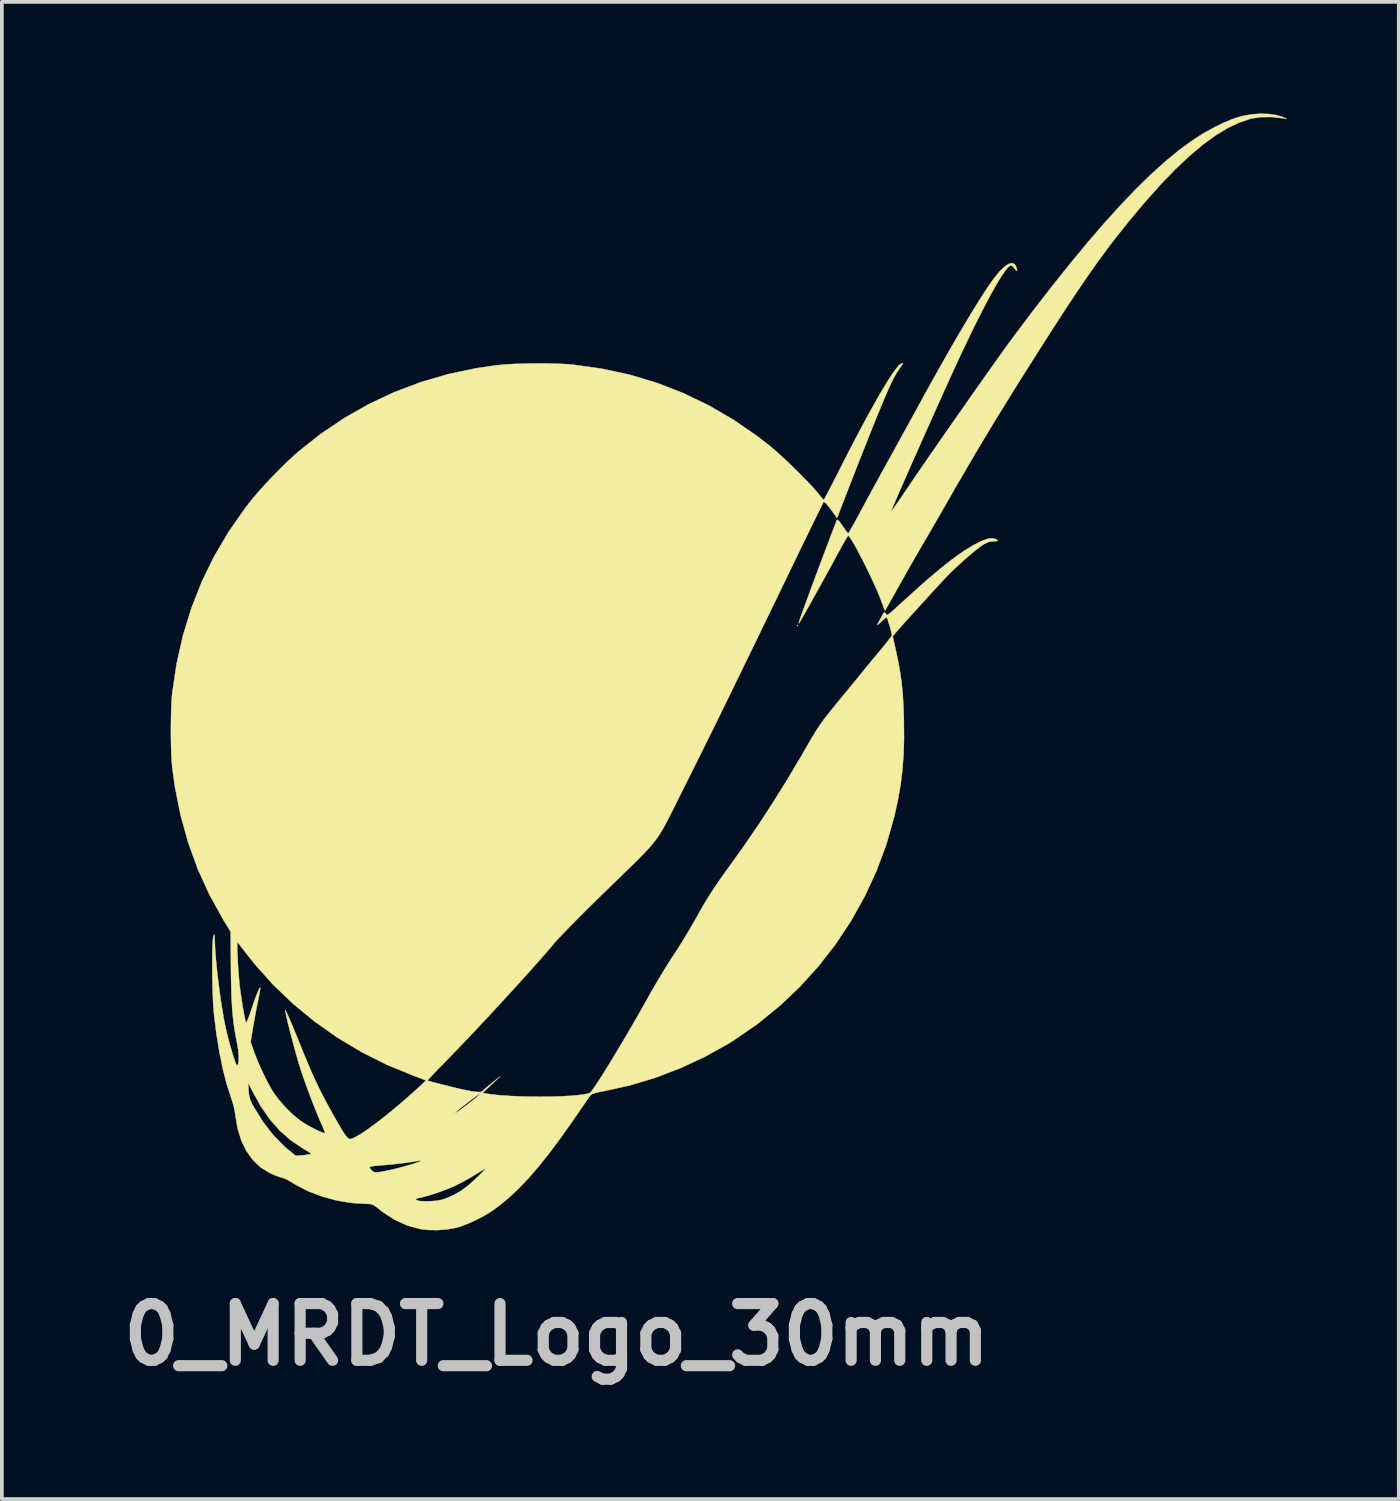
<source format=kicad_pcb>
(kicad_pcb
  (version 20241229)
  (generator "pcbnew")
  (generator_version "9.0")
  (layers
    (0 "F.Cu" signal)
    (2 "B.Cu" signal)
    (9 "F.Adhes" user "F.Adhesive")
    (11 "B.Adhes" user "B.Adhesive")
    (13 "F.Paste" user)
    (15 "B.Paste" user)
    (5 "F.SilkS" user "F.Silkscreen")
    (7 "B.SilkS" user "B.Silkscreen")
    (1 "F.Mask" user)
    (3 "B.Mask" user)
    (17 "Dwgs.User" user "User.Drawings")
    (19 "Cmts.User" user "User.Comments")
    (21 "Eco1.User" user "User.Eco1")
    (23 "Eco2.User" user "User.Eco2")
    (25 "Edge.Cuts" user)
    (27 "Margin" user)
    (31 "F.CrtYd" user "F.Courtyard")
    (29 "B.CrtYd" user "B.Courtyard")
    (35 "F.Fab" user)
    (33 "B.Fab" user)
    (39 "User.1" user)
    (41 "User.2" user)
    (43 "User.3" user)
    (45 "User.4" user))
  (footprint "0_MRDT_Logo_30mm"
    (layer "F.Cu")
    (at 16.532 15.006)
    (property "Reference" "0_MRDT_Logo_30mm" (at -4.623 17.805 0) (layer "Dwgs.User") (effects (font (size 1.524 1.524) (thickness 0.3))))
    (attr through_hole)
    (fp_poly (pts (xy 1.861 -1.246) (xy 1.846 -1.231) (xy 1.831 -1.246) (xy 1.846 -1.261) (xy 1.861 -1.246)) (stroke (width 0.01) (type solid)) (fill yes) (layer "F.SilkS"))
    (fp_poly (pts (xy 14.518 -14.992) (xy 14.714 -14.964) (xy 14.874 -14.917) (xy 14.899 -14.907) (xy 14.997 -14.861) (xy 14.907 -14.877) (xy 14.593 -14.912) (xy 14.3 -14.91) (xy 14.039 -14.87) (xy 14.028 -14.867) (xy 13.725 -14.767) (xy 13.409 -14.618) (xy 13.079 -14.418) (xy 12.734 -14.166) (xy 12.373 -13.862) (xy 11.994 -13.505) (xy 11.598 -13.093) (xy 11.183 -12.627) (xy 10.976 -12.382) (xy 10.784 -12.151) (xy 10.601 -11.925) (xy 10.423 -11.701) (xy 10.248 -11.474) (xy 10.074 -11.24) (xy 9.896 -10.996) (xy 9.712 -10.736) (xy 9.52 -10.458) (xy 9.316 -10.156) (xy 9.098 -9.827) (xy 8.863 -9.466) (xy 8.607 -9.069) (xy 8.329 -8.633) (xy 8.024 -8.152) (xy 7.768 -7.746) (xy 7.185 -6.805) (xy 6.624 -5.872) (xy 6.094 -4.963) (xy 5.96 -4.729) (xy 5.84 -4.517) (xy 5.7 -4.274) (xy 5.553 -4.019) (xy 5.41 -3.772) (xy 5.284 -3.557) (xy 5.159 -3.342) (xy 5.021 -3.104) (xy 4.882 -2.862) (xy 4.752 -2.633) (xy 4.642 -2.437) (xy 4.638 -2.431) (xy 4.543 -2.261) (xy 4.453 -2.1) (xy 4.374 -1.959) (xy 4.312 -1.848) (xy 4.272 -1.779) (xy 4.271 -1.777) (xy 4.195 -1.647) (xy 4.079 -1.957) (xy 4.018 -2.11) (xy 3.942 -2.286) (xy 3.854 -2.477) (xy 3.76 -2.676) (xy 3.662 -2.876) (xy 3.565 -3.068) (xy 3.472 -3.245) (xy 3.387 -3.401) (xy 3.313 -3.527) (xy 3.256 -3.615) (xy 3.217 -3.659) (xy 3.209 -3.663) (xy 3.189 -3.638) (xy 3.146 -3.568) (xy 3.084 -3.463) (xy 3.01 -3.33) (xy 2.942 -3.205) (xy 2.832 -3.002) (xy 2.714 -2.786) (xy 2.592 -2.563) (xy 2.469 -2.34) (xy 2.348 -2.123) (xy 2.235 -1.919) (xy 2.131 -1.733) (xy 2.041 -1.573) (xy 1.968 -1.444) (xy 1.916 -1.355) (xy 1.888 -1.309) (xy 1.885 -1.306) (xy 1.883 -1.319) (xy 1.899 -1.378) (xy 1.93 -1.473) (xy 1.961 -1.561) (xy 2.036 -1.768) (xy 2.12 -1.996) (xy 2.209 -2.239) (xy 2.303 -2.49) (xy 2.397 -2.744) (xy 2.49 -2.994) (xy 2.58 -3.233) (xy 2.664 -3.455) (xy 2.739 -3.654) (xy 2.804 -3.823) (xy 2.856 -3.957) (xy 2.892 -4.048) (xy 2.91 -4.09) (xy 2.911 -4.092) (xy 2.936 -4.08) (xy 2.984 -4.028) (xy 3.045 -3.945) (xy 3.061 -3.92) (xy 3.124 -3.827) (xy 3.175 -3.758) (xy 3.205 -3.725) (xy 3.209 -3.724) (xy 3.228 -3.749) (xy 3.27 -3.82) (xy 3.332 -3.93) (xy 3.41 -4.069) (xy 3.498 -4.232) (xy 3.543 -4.315) (xy 3.648 -4.511) (xy 3.774 -4.743) (xy 3.912 -4.997) (xy 4.054 -5.257) (xy 4.191 -5.507) (xy 4.275 -5.658) (xy 4.395 -5.876) (xy 4.537 -6.134) (xy 4.693 -6.417) (xy 4.854 -6.71) (xy 5.014 -7.001) (xy 5.164 -7.275) (xy 5.216 -7.371) (xy 5.46 -7.812) (xy 5.699 -8.239) (xy 5.931 -8.647) (xy 6.153 -9.031) (xy 6.364 -9.387) (xy 6.559 -9.712) (xy 6.738 -10) (xy 6.897 -10.247) (xy 7.033 -10.449) (xy 7.136 -10.591) (xy 7.28 -10.765) (xy 7.408 -10.89) (xy 7.519 -10.964) (xy 7.61 -10.988) (xy 7.679 -10.96) (xy 7.711 -10.912) (xy 7.741 -10.832) (xy 7.746 -10.785) (xy 7.729 -10.779) (xy 7.693 -10.821) (xy 7.685 -10.833) (xy 7.627 -10.903) (xy 7.573 -10.923) (xy 7.573 -10.923) (xy 7.516 -10.887) (xy 7.438 -10.797) (xy 7.339 -10.655) (xy 7.22 -10.462) (xy 7.083 -10.221) (xy 6.927 -9.932) (xy 6.755 -9.598) (xy 6.566 -9.22) (xy 6.363 -8.799) (xy 6.29 -8.647) (xy 6.218 -8.494) (xy 6.131 -8.305) (xy 6.03 -8.085) (xy 5.918 -7.838) (xy 5.796 -7.57) (xy 5.668 -7.285) (xy 5.534 -6.988) (xy 5.399 -6.684) (xy 5.262 -6.379) (xy 5.128 -6.077) (xy 4.997 -5.783) (xy 4.873 -5.502) (xy 4.757 -5.239) (xy 4.652 -4.998) (xy 4.559 -4.786) (xy 4.482 -4.606) (xy 4.421 -4.465) (xy 4.38 -4.365) (xy 4.361 -4.314) (xy 4.36 -4.307) (xy 4.378 -4.329) (xy 4.425 -4.394) (xy 4.496 -4.495) (xy 4.587 -4.626) (xy 4.692 -4.781) (xy 4.774 -4.901) (xy 4.91 -5.103) (xy 5.071 -5.339) (xy 5.253 -5.604) (xy 5.452 -5.892) (xy 5.664 -6.197) (xy 5.884 -6.514) (xy 6.109 -6.836) (xy 6.334 -7.157) (xy 6.555 -7.473) (xy 6.769 -7.776) (xy 6.97 -8.061) (xy 7.155 -8.323) (xy 7.321 -8.554) (xy 7.461 -8.75) (xy 7.574 -8.904) (xy 7.605 -8.947) (xy 8.153 -9.676) (xy 8.676 -10.352) (xy 9.175 -10.976) (xy 9.65 -11.551) (xy 10.103 -12.076) (xy 10.535 -12.553) (xy 10.948 -12.983) (xy 11.342 -13.368) (xy 11.719 -13.709) (xy 12.079 -14.006) (xy 12.424 -14.261) (xy 12.755 -14.475) (xy 13.073 -14.65) (xy 13.075 -14.651) (xy 13.312 -14.764) (xy 13.514 -14.849) (xy 13.695 -14.91) (xy 13.871 -14.954) (xy 14.056 -14.983) (xy 14.087 -14.987) (xy 14.303 -15.001) (xy 14.518 -14.992)) (stroke (width 0.01) (type solid)) (fill yes) (layer "F.SilkS"))
    (fp_poly (pts (xy 4.678 -8.299) (xy 4.663 -8.262) (xy 4.611 -8.186) (xy 4.582 -8.144) (xy 4.527 -8.063) (xy 4.473 -7.974) (xy 4.417 -7.87) (xy 4.356 -7.744) (xy 4.285 -7.589) (xy 4.202 -7.397) (xy 4.103 -7.162) (xy 4.015 -6.949) (xy 3.94 -6.766) (xy 3.848 -6.536) (xy 3.742 -6.271) (xy 3.627 -5.98) (xy 3.506 -5.674) (xy 3.384 -5.362) (xy 3.265 -5.056) (xy 3.152 -4.765) (xy 3.049 -4.499) (xy 2.961 -4.269) (xy 2.944 -4.223) (xy 2.911 -4.137) (xy 2.743 -4.368) (xy 2.669 -4.464) (xy 2.606 -4.535) (xy 2.563 -4.572) (xy 2.551 -4.573) (xy 2.534 -4.543) (xy 2.494 -4.463) (xy 2.431 -4.337) (xy 2.35 -4.172) (xy 2.251 -3.97) (xy 2.138 -3.737) (xy 2.011 -3.478) (xy 1.875 -3.196) (xy 1.73 -2.897) (xy 1.672 -2.777) (xy 1.34 -2.088) (xy 1.031 -1.45) (xy 0.744 -0.859) (xy 0.478 -0.31) (xy 0.23 0.199) (xy -0.001 0.673) (xy -0.217 1.115) (xy -0.42 1.528) (xy -0.612 1.917) (xy -0.795 2.286) (xy -0.97 2.637) (xy -1.139 2.976) (xy -1.235 3.167) (xy -1.366 3.429) (xy -1.477 3.653) (xy -1.574 3.846) (xy -1.659 4.013) (xy -1.737 4.158) (xy -1.812 4.288) (xy -1.887 4.406) (xy -1.968 4.519) (xy -2.057 4.631) (xy -2.158 4.748) (xy -2.277 4.875) (xy -2.415 5.016) (xy -2.579 5.178) (xy -2.771 5.365) (xy -2.995 5.582) (xy -3.256 5.834) (xy -3.378 5.953) (xy -3.597 6.168) (xy -3.812 6.38) (xy -4.017 6.585) (xy -4.205 6.775) (xy -4.372 6.946) (xy -4.512 7.092) (xy -4.619 7.207) (xy -4.682 7.278) (xy -4.851 7.477) (xy -5.056 7.713) (xy -5.292 7.978) (xy -5.551 8.267) (xy -5.829 8.572) (xy -6.118 8.888) (xy -6.414 9.207) (xy -6.709 9.523) (xy -6.998 9.83) (xy -7.276 10.12) (xy -7.535 10.388) (xy -7.577 10.432) (xy -7.721 10.579) (xy -7.849 10.711) (xy -7.956 10.823) (xy -8.037 10.908) (xy -8.086 10.96) (xy -8.098 10.975) (xy -8.061 10.988) (xy -7.977 11.013) (xy -7.859 11.045) (xy -7.717 11.081) (xy -7.563 11.12) (xy -7.41 11.158) (xy -7.268 11.192) (xy -7.15 11.219) (xy -7.105 11.228) (xy -6.912 11.265) (xy -6.772 11.284) (xy -6.68 11.286) (xy -6.631 11.272) (xy -6.623 11.264) (xy -6.595 11.236) (xy -6.53 11.18) (xy -6.44 11.105) (xy -6.374 11.052) (xy -6.14 10.864) (xy -6.377 11.087) (xy -6.614 11.311) (xy -6.512 11.329) (xy -6.331 11.355) (xy -6.115 11.376) (xy -5.871 11.392) (xy -5.608 11.404) (xy -5.333 11.41) (xy -5.055 11.412) (xy -4.783 11.41) (xy -4.523 11.402) (xy -4.286 11.39) (xy -4.078 11.374) (xy -3.908 11.353) (xy -3.784 11.328) (xy -3.73 11.308) (xy -3.696 11.273) (xy -3.635 11.191) (xy -3.551 11.067) (xy -3.447 10.907) (xy -3.326 10.715) (xy -3.192 10.499) (xy -3.048 10.261) (xy -2.897 10.009) (xy -2.741 9.747) (xy -2.586 9.48) (xy -2.433 9.214) (xy -2.286 8.955) (xy -2.206 8.812) (xy -2.08 8.588) (xy -1.944 8.353) (xy -1.806 8.123) (xy -1.675 7.908) (xy -1.559 7.723) (xy -1.485 7.611) (xy -1.374 7.442) (xy -1.245 7.236) (xy -1.109 7.011) (xy -0.975 6.783) (xy -0.853 6.569) (xy -0.841 6.547) (xy -0.692 6.283) (xy -0.545 6.04) (xy -0.39 5.8) (xy -0.217 5.547) (xy -0.019 5.271) (xy 0.406 4.678) (xy 0.807 4.092) (xy 1.193 3.499) (xy 1.576 2.884) (xy 1.963 2.233) (xy 2.142 1.922) (xy 2.25 1.736) (xy 2.348 1.576) (xy 2.446 1.429) (xy 2.551 1.282) (xy 2.673 1.123) (xy 2.821 0.939) (xy 2.926 0.811) (xy 3.072 0.634) (xy 3.216 0.458) (xy 3.352 0.293) (xy 3.471 0.148) (xy 3.564 0.033) (xy 3.603 -0.015) (xy 3.696 -0.13) (xy 3.814 -0.274) (xy 3.943 -0.429) (xy 4.069 -0.58) (xy 4.089 -0.604) (xy 4.192 -0.728) (xy 4.279 -0.838) (xy 4.343 -0.924) (xy 4.379 -0.979) (xy 4.383 -0.991) (xy 4.375 -1.036) (xy 4.355 -1.118) (xy 4.327 -1.22) (xy 4.296 -1.322) (xy 4.269 -1.409) (xy 4.249 -1.462) (xy 4.245 -1.469) (xy 4.218 -1.457) (xy 4.162 -1.413) (xy 4.092 -1.349) (xy 4.023 -1.287) (xy 3.99 -1.266) (xy 3.997 -1.288) (xy 3.998 -1.291) (xy 4.04 -1.364) (xy 4.092 -1.46) (xy 4.112 -1.499) (xy 4.153 -1.576) (xy 4.178 -1.606) (xy 4.198 -1.596) (xy 4.215 -1.567) (xy 4.232 -1.542) (xy 4.252 -1.534) (xy 4.284 -1.546) (xy 4.336 -1.584) (xy 4.416 -1.653) (xy 4.531 -1.758) (xy 4.55 -1.776) (xy 4.89 -2.085) (xy 5.192 -2.356) (xy 5.462 -2.59) (xy 5.704 -2.792) (xy 5.923 -2.966) (xy 6.122 -3.115) (xy 6.306 -3.243) (xy 6.32 -3.252) (xy 6.564 -3.403) (xy 6.774 -3.511) (xy 6.946 -3.575) (xy 7.082 -3.594) (xy 7.179 -3.569) (xy 7.191 -3.561) (xy 7.223 -3.533) (xy 7.217 -3.519) (xy 7.164 -3.514) (xy 7.114 -3.514) (xy 6.98 -3.494) (xy 6.847 -3.43) (xy 6.841 -3.427) (xy 6.736 -3.352) (xy 6.6 -3.245) (xy 6.444 -3.114) (xy 6.279 -2.969) (xy 6.116 -2.82) (xy 5.966 -2.677) (xy 5.855 -2.564) (xy 5.762 -2.465) (xy 5.645 -2.339) (xy 5.509 -2.191) (xy 5.36 -2.029) (xy 5.206 -1.86) (xy 5.051 -1.689) (xy 4.903 -1.525) (xy 4.766 -1.374) (xy 4.649 -1.243) (xy 4.555 -1.137) (xy 4.493 -1.066) (xy 4.472 -1.041) (xy 4.406 -0.957) (xy 4.487 -0.591) (xy 4.554 -0.273) (xy 4.606 0.017) (xy 4.645 0.298) (xy 4.673 0.586) (xy 4.692 0.898) (xy 4.704 1.25) (xy 4.705 1.294) (xy 4.709 1.782) (xy 4.696 2.228) (xy 4.664 2.646) (xy 4.613 3.053) (xy 4.54 3.464) (xy 4.445 3.891) (xy 4.237 4.623) (xy 3.974 5.333) (xy 3.659 6.018) (xy 3.292 6.676) (xy 2.878 7.304) (xy 2.416 7.899) (xy 1.911 8.457) (xy 1.363 8.976) (xy 0.775 9.454) (xy 0.149 9.887) (xy -0.033 10) (xy -0.656 10.346) (xy -1.308 10.648) (xy -1.979 10.904) (xy -2.658 11.108) (xy -3.336 11.258) (xy -3.408 11.271) (xy -3.566 11.303) (xy -3.667 11.336) (xy -3.716 11.371) (xy -3.744 11.41) (xy -3.8 11.49) (xy -3.88 11.606) (xy -3.978 11.749) (xy -4.09 11.911) (xy -4.178 12.039) (xy -4.508 12.507) (xy -4.818 12.923) (xy -5.112 13.291) (xy -5.393 13.615) (xy -5.664 13.898) (xy -5.93 14.145) (xy -6.193 14.359) (xy -6.391 14.5) (xy -6.566 14.607) (xy -6.768 14.713) (xy -6.976 14.809) (xy -7.173 14.886) (xy -7.327 14.934) (xy -7.574 14.977) (xy -7.84 14.997) (xy -8.1 14.991) (xy -8.292 14.967) (xy -8.648 14.869) (xy -8.989 14.713) (xy -9.315 14.499) (xy -9.428 14.408) (xy -9.515 14.341) (xy -9.585 14.305) (xy -9.666 14.292) (xy -9.723 14.291) (xy -10.126 14.268) (xy -10.534 14.2) (xy -10.631 14.173) (xy -8.412 14.173) (xy -8.371 14.199) (xy -8.332 14.211) (xy -8.275 14.218) (xy -8.176 14.221) (xy -8.055 14.221) (xy -8.016 14.22) (xy -7.841 14.207) (xy -7.697 14.178) (xy -7.573 14.135) (xy -7.37 14.042) (xy -7.188 13.936) (xy -7.012 13.805) (xy -6.824 13.639) (xy -6.757 13.575) (xy -6.659 13.477) (xy -6.586 13.401) (xy -6.544 13.352) (xy -6.538 13.337) (xy -6.545 13.341) (xy -6.855 13.534) (xy -7.124 13.688) (xy -7.352 13.804) (xy -7.363 13.809) (xy -7.524 13.878) (xy -7.708 13.948) (xy -7.9 14.015) (xy -8.081 14.072) (xy -8.236 14.113) (xy -8.317 14.13) (xy -8.394 14.149) (xy -8.412 14.173) (xy -10.631 14.173) (xy -10.934 14.091) (xy -11.313 13.946) (xy -11.656 13.768) (xy -11.745 13.712) (xy -11.849 13.651) (xy -11.95 13.605) (xy -12.009 13.586) (xy -12.088 13.563) (xy -12.198 13.521) (xy -12.317 13.469) (xy -12.335 13.46) (xy -12.575 13.314) (xy -12.575 13.313) (xy -9.651 13.313) (xy -9.642 13.337) (xy -9.613 13.369) (xy -9.607 13.376) (xy -9.569 13.413) (xy -9.532 13.436) (xy -9.483 13.445) (xy -9.412 13.441) (xy -9.305 13.424) (xy -9.153 13.393) (xy -9.138 13.39) (xy -9.015 13.363) (xy -8.875 13.328) (xy -8.727 13.288) (xy -8.583 13.247) (xy -8.455 13.207) (xy -8.351 13.173) (xy -8.284 13.147) (xy -8.265 13.132) (xy -8.265 13.132) (xy -8.297 13.132) (xy -8.374 13.141) (xy -8.482 13.158) (xy -8.528 13.166) (xy -8.659 13.185) (xy -8.828 13.207) (xy -9.012 13.227) (xy -9.186 13.243) (xy -9.371 13.258) (xy -9.503 13.27) (xy -9.589 13.282) (xy -9.636 13.296) (xy -9.651 13.313) (xy -12.575 13.313) (xy -12.783 13.118) (xy -12.957 12.878) (xy -13.096 12.595) (xy -13.196 12.274) (xy -13.257 11.918) (xy -13.259 11.894) (xy -13.28 11.765) (xy -13.317 11.612) (xy -13.363 11.466) (xy -13.367 11.454) (xy -13.485 11.092) (xy -13.5 11.034) (xy -12.915 11.034) (xy -12.902 11.248) (xy -12.888 11.379) (xy -12.861 11.486) (xy -12.812 11.599) (xy -12.774 11.669) (xy -12.519 12.082) (xy -12.241 12.441) (xy -11.94 12.748) (xy -11.814 12.856) (xy -11.634 13.002) (xy -11.439 12.983) (xy -11.337 12.972) (xy -11.262 12.96) (xy -11.231 12.952) (xy -11.225 12.944) (xy -11.231 12.933) (xy -11.258 12.914) (xy -11.316 12.878) (xy -11.415 12.819) (xy -11.439 12.805) (xy -11.767 12.584) (xy -12.062 12.326) (xy -12.328 12.024) (xy -12.57 11.675) (xy -12.766 11.326) (xy -12.915 11.034) (xy -13.5 11.034) (xy -13.592 10.678) (xy -13.686 10.219) (xy -13.767 9.721) (xy -13.83 9.217) (xy -13.844 9.06) (xy -13.856 8.869) (xy -13.865 8.653) (xy -13.872 8.42) (xy -13.877 8.182) (xy -13.879 7.945) (xy -13.878 7.72) (xy -13.875 7.516) (xy -13.869 7.341) (xy -13.861 7.205) (xy -13.85 7.117) (xy -13.845 7.101) (xy -13.829 7.055) (xy -13.82 7.053) (xy -13.815 7.1) (xy -13.813 7.176) (xy -13.804 7.414) (xy -13.783 7.697) (xy -13.752 8.012) (xy -13.714 8.343) (xy -13.67 8.677) (xy -13.621 9) (xy -13.571 9.299) (xy -13.519 9.559) (xy -13.495 9.668) (xy -13.449 9.851) (xy -13.4 10.031) (xy -13.351 10.2) (xy -13.306 10.349) (xy -13.265 10.468) (xy -13.234 10.549) (xy -13.213 10.583) (xy -13.21 10.583) (xy -13.182 10.534) (xy -13.169 10.439) (xy -13.169 10.308) (xy -13.182 10.154) (xy -13.21 9.987) (xy -13.211 9.98) (xy -13.255 9.757) (xy -13.29 9.542) (xy -13.318 9.328) (xy -13.339 9.102) (xy -13.355 8.856) (xy -13.366 8.578) (xy -13.374 8.259) (xy -13.377 7.956) (xy -13.382 7.372) (xy -13.209 7.372) (xy -13.206 7.488) (xy -13.2 7.633) (xy -13.192 7.797) (xy -13.181 7.968) (xy -13.169 8.137) (xy -13.156 8.292) (xy -13.148 8.377) (xy -13.131 8.518) (xy -13.109 8.679) (xy -13.083 8.85) (xy -13.056 9.017) (xy -13.029 9.17) (xy -13.005 9.296) (xy -12.985 9.385) (xy -12.973 9.42) (xy -12.957 9.407) (xy -12.927 9.347) (xy -12.888 9.249) (xy -12.844 9.121) (xy -12.838 9.104) (xy -12.771 8.903) (xy -12.71 8.734) (xy -12.659 8.603) (xy -12.62 8.515) (xy -12.595 8.478) (xy -12.589 8.478) (xy -12.59 8.51) (xy -12.602 8.59) (xy -12.623 8.704) (xy -12.651 8.843) (xy -12.654 8.857) (xy -12.692 9.046) (xy -12.733 9.26) (xy -12.77 9.467) (xy -12.789 9.581) (xy -12.848 9.939) (xy -12.757 10.201) (xy -12.68 10.402) (xy -12.586 10.622) (xy -12.481 10.846) (xy -12.375 11.055) (xy -12.274 11.234) (xy -12.218 11.323) (xy -12.074 11.513) (xy -11.901 11.708) (xy -11.715 11.89) (xy -11.534 12.04) (xy -11.509 12.059) (xy -11.418 12.118) (xy -11.307 12.184) (xy -11.186 12.25) (xy -11.068 12.31) (xy -10.965 12.357) (xy -10.888 12.387) (xy -10.851 12.392) (xy -10.85 12.392) (xy -10.856 12.36) (xy -10.882 12.289) (xy -10.923 12.192) (xy -10.932 12.172) (xy -11.021 11.968) (xy -11.121 11.724) (xy -11.225 11.457) (xy -11.327 11.184) (xy -11.421 10.922) (xy -11.5 10.69) (xy -11.529 10.598) (xy -11.579 10.431) (xy -11.633 10.242) (xy -11.688 10.041) (xy -11.743 9.836) (xy -11.794 9.639) (xy -11.839 9.457) (xy -11.877 9.301) (xy -11.903 9.179) (xy -11.917 9.102) (xy -11.918 9.085) (xy -11.907 9.096) (xy -11.877 9.158) (xy -11.829 9.263) (xy -11.767 9.406) (xy -11.693 9.582) (xy -11.61 9.783) (xy -11.547 9.938) (xy -11.416 10.262) (xy -11.3 10.54) (xy -11.195 10.783) (xy -11.096 11.001) (xy -10.998 11.205) (xy -10.897 11.404) (xy -10.787 11.611) (xy -10.664 11.834) (xy -10.651 11.858) (xy -10.531 12.07) (xy -10.436 12.235) (xy -10.36 12.359) (xy -10.301 12.446) (xy -10.255 12.503) (xy -10.217 12.535) (xy -10.183 12.549) (xy -10.167 12.55) (xy -10.112 12.534) (xy -10.023 12.491) (xy -9.912 12.428) (xy -9.828 12.375) (xy -9.706 12.291) (xy -9.554 12.181) (xy -9.391 12.057) (xy -9.231 11.933) (xy -9.187 11.898) (xy -9.158 11.874) (xy -7.416 11.874) (xy -7.401 11.889) (xy -7.386 11.874) (xy -7.401 11.859) (xy -7.416 11.874) (xy -9.158 11.874) (xy -9.127 11.849) (xy -7.356 11.849) (xy -7.333 11.843) (xy -7.264 11.799) (xy -7.15 11.717) (xy -6.992 11.597) (xy -6.911 11.536) (xy -6.81 11.455) (xy -6.731 11.388) (xy -6.684 11.343) (xy -6.676 11.329) (xy -6.702 11.341) (xy -6.765 11.384) (xy -6.854 11.448) (xy -6.958 11.526) (xy -7.069 11.61) (xy -7.174 11.692) (xy -7.263 11.764) (xy -7.327 11.819) (xy -7.355 11.847) (xy -7.356 11.849) (xy -9.127 11.849) (xy -9.058 11.792) (xy -8.916 11.673) (xy -8.768 11.547) (xy -8.622 11.42) (xy -8.483 11.297) (xy -8.359 11.186) (xy -8.257 11.092) (xy -8.184 11.022) (xy -8.146 10.981) (xy -8.142 10.973) (xy -8.172 10.96) (xy -8.248 10.93) (xy -8.357 10.889) (xy -8.489 10.84) (xy -8.496 10.837) (xy -9.195 10.55) (xy -9.87 10.21) (xy -10.517 9.823) (xy -11.131 9.39) (xy -11.709 8.914) (xy -12.247 8.399) (xy -12.74 7.847) (xy -13.014 7.498) (xy -13.09 7.399) (xy -13.152 7.321) (xy -13.193 7.274) (xy -13.203 7.266) (xy -13.208 7.294) (xy -13.209 7.372) (xy -13.382 7.372) (xy -13.385 6.98) (xy -13.586 6.65) (xy -13.952 5.99) (xy -14.265 5.303) (xy -14.524 4.59) (xy -14.73 3.849) (xy -14.883 3.081) (xy -14.955 2.552) (xy -14.969 2.385) (xy -14.98 2.171) (xy -14.987 1.925) (xy -14.99 1.661) (xy -14.989 1.391) (xy -14.985 1.13) (xy -14.977 0.891) (xy -14.966 0.689) (xy -14.955 0.57) (xy -14.838 -0.218) (xy -14.666 -0.98) (xy -14.44 -1.717) (xy -14.16 -2.427) (xy -13.826 -3.111) (xy -13.437 -3.77) (xy -12.994 -4.404) (xy -12.823 -4.624) (xy -12.67 -4.806) (xy -12.484 -5.013) (xy -12.277 -5.234) (xy -12.062 -5.453) (xy -11.852 -5.66) (xy -11.659 -5.839) (xy -11.574 -5.914) (xy -10.97 -6.393) (xy -10.335 -6.821) (xy -9.672 -7.198) (xy -8.982 -7.521) (xy -8.267 -7.791) (xy -7.531 -8.006) (xy -6.775 -8.164) (xy -6.23 -8.242) (xy -6.006 -8.263) (xy -5.74 -8.278) (xy -5.446 -8.287) (xy -5.141 -8.291) (xy -4.84 -8.289) (xy -4.558 -8.282) (xy -4.31 -8.269) (xy -4.188 -8.258) (xy -3.411 -8.149) (xy -2.657 -7.986) (xy -1.928 -7.767) (xy -1.221 -7.492) (xy -0.536 -7.162) (xy 0.127 -6.776) (xy 0.769 -6.334) (xy 1.111 -6.069) (xy 1.242 -5.958) (xy 1.398 -5.817) (xy 1.571 -5.656) (xy 1.75 -5.483) (xy 1.928 -5.307) (xy 2.094 -5.138) (xy 2.24 -4.984) (xy 2.356 -4.854) (xy 2.417 -4.781) (xy 2.48 -4.701) (xy 2.529 -4.645) (xy 2.552 -4.625) (xy 2.569 -4.651) (xy 2.609 -4.724) (xy 2.669 -4.838) (xy 2.747 -4.987) (xy 2.838 -5.165) (xy 2.94 -5.365) (xy 3.009 -5.502) (xy 3.225 -5.925) (xy 3.432 -6.324) (xy 3.629 -6.694) (xy 3.814 -7.034) (xy 3.986 -7.339) (xy 4.142 -7.607) (xy 4.281 -7.834) (xy 4.401 -8.018) (xy 4.501 -8.156) (xy 4.577 -8.243) (xy 4.607 -8.268) (xy 4.66 -8.299) (xy 4.678 -8.299)) (stroke (width 0.01) (type solid)) (fill yes) (layer "F.SilkS")))
  (gr_rect
    (start -3 -3)
    (end 34.534 37.229)
    (stroke (width 0.1) (type default))
    (fill no)
    (layer "Edge.Cuts")))
</source>
